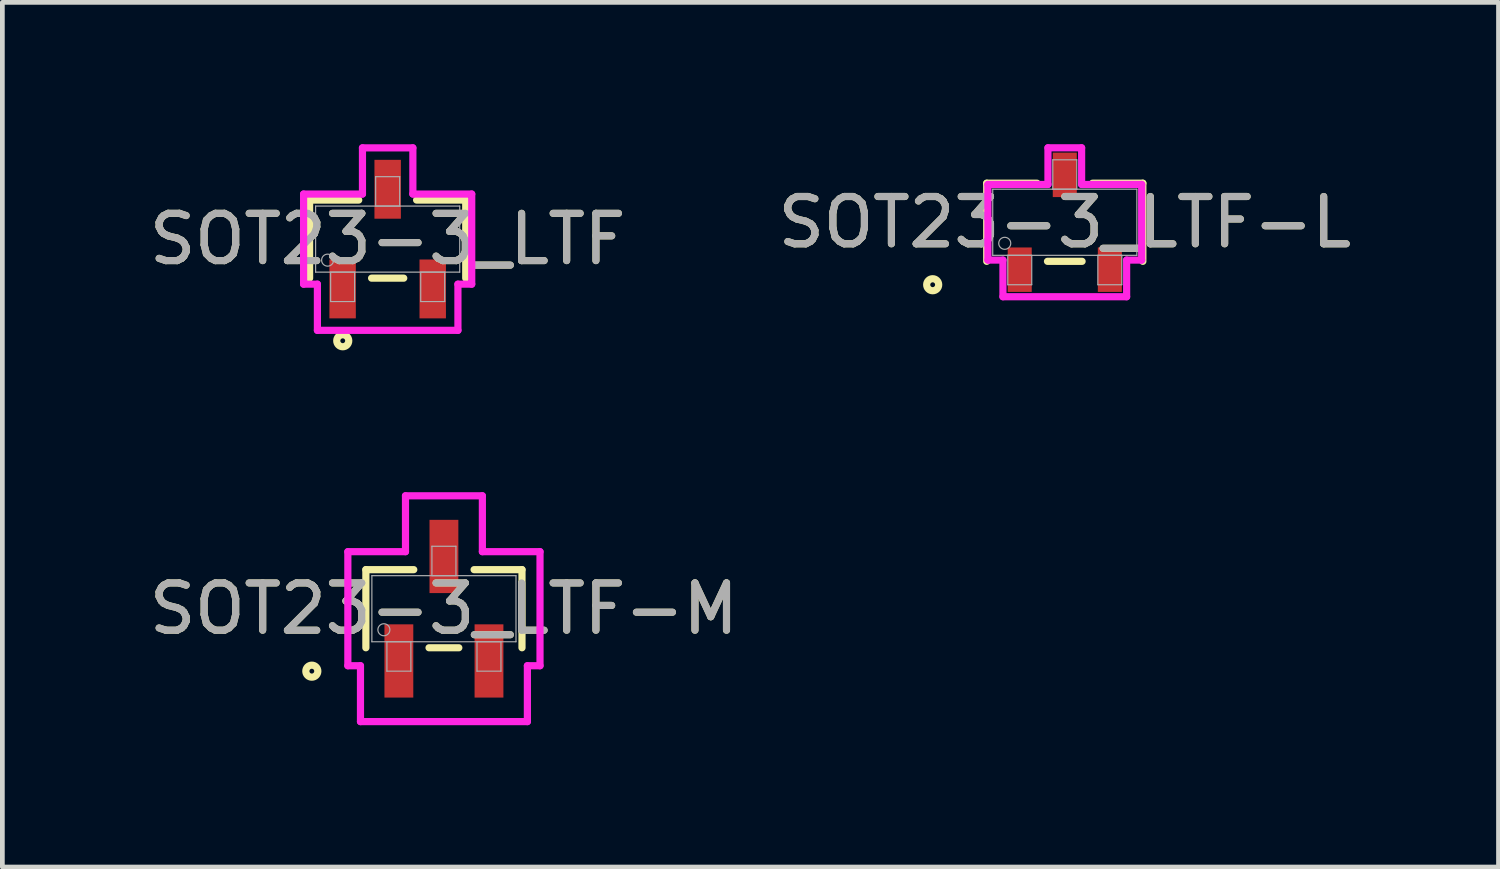
<source format=kicad_pcb>
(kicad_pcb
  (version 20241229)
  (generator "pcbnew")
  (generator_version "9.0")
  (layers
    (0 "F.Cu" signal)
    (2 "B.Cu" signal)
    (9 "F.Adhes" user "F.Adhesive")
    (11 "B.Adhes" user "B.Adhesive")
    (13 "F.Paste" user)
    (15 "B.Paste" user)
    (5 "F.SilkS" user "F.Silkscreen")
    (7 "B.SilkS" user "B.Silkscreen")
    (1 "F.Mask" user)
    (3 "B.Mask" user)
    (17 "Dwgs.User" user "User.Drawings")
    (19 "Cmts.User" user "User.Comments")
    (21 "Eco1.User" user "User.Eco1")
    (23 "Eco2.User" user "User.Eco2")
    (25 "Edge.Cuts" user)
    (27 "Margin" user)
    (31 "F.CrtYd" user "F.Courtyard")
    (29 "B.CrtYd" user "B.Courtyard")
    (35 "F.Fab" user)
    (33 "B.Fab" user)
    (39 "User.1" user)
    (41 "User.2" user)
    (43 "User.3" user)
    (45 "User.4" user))
  (footprint "SOT23-3_LTF-L"
    (layer "F.Cu")
    (at 19.47 1.651)
    (property "Reference" "SOT23-3_LTF-L" (at 0 0 0) (unlocked yes) (layer "F.SilkS") (effects (font (size 1 1) (thickness 0.15))))
    (attr smd)
    (fp_line (start -1.651 -0.826) (end -1.651 0.826) (stroke (width 0.152) (type solid)) (layer "F.SilkS"))
    (fp_line (start -0.587 -0.826) (end -1.651 -0.826) (stroke (width 0.152) (type solid)) (layer "F.SilkS"))
    (fp_line (start -0.366 0.826) (end 0.366 0.826) (stroke (width 0.152) (type solid)) (layer "F.SilkS"))
    (fp_line (start 1.651 -0.826) (end 0.587 -0.826) (stroke (width 0.152) (type solid)) (layer "F.SilkS"))
    (fp_line (start 1.651 0.826) (end 1.651 -0.826) (stroke (width 0.152) (type solid)) (layer "F.SilkS"))
    (fp_circle (center -2.794 1.321) (end -2.667 1.321) (stroke (width 0.152) (type solid)) (fill no) (layer "F.SilkS"))
    (fp_line (start -1.626 -0.8) (end -0.356 -0.8) (stroke (width 0.152) (type solid)) (layer "F.CrtYd"))
    (fp_line (start -1.626 0.8) (end -1.626 -0.8) (stroke (width 0.152) (type solid)) (layer "F.CrtYd"))
    (fp_line (start -1.626 0.8) (end -1.308 0.8) (stroke (width 0.152) (type solid)) (layer "F.CrtYd"))
    (fp_line (start -1.308 0.8) (end -1.308 1.575) (stroke (width 0.152) (type solid)) (layer "F.CrtYd"))
    (fp_line (start -1.308 1.575) (end 1.308 1.575) (stroke (width 0.152) (type solid)) (layer "F.CrtYd"))
    (fp_line (start -0.356 -1.575) (end 0.356 -1.575) (stroke (width 0.152) (type solid)) (layer "F.CrtYd"))
    (fp_line (start -0.356 -0.8) (end -0.356 -1.575) (stroke (width 0.152) (type solid)) (layer "F.CrtYd"))
    (fp_line (start 0.356 -0.8) (end 0.356 -1.575) (stroke (width 0.152) (type solid)) (layer "F.CrtYd"))
    (fp_line (start 1.308 0.8) (end 1.308 1.575) (stroke (width 0.152) (type solid)) (layer "F.CrtYd"))
    (fp_line (start 1.626 -0.8) (end 0.356 -0.8) (stroke (width 0.152) (type solid)) (layer "F.CrtYd"))
    (fp_line (start 1.626 -0.8) (end 1.626 0.8) (stroke (width 0.152) (type solid)) (layer "F.CrtYd"))
    (fp_line (start 1.626 0.8) (end 1.308 0.8) (stroke (width 0.152) (type solid)) (layer "F.CrtYd"))
    (fp_line (start -1.524 -0.699) (end -1.524 0.699) (stroke (width 0.025) (type solid)) (layer "F.Fab"))
    (fp_line (start -1.524 0.699) (end 1.524 0.699) (stroke (width 0.025) (type solid)) (layer "F.Fab"))
    (fp_line (start -1.206 0.699) (end -1.206 1.321) (stroke (width 0.025) (type solid)) (layer "F.Fab"))
    (fp_line (start -1.206 1.321) (end -0.699 1.321) (stroke (width 0.025) (type solid)) (layer "F.Fab"))
    (fp_line (start -0.699 0.699) (end -1.206 0.699) (stroke (width 0.025) (type solid)) (layer "F.Fab"))
    (fp_line (start -0.699 1.321) (end -0.699 0.699) (stroke (width 0.025) (type solid)) (layer "F.Fab"))
    (fp_line (start -0.254 -1.321) (end -0.254 -0.699) (stroke (width 0.025) (type solid)) (layer "F.Fab"))
    (fp_line (start -0.254 -0.699) (end 0.254 -0.699) (stroke (width 0.025) (type solid)) (layer "F.Fab"))
    (fp_line (start 0.254 -1.321) (end -0.254 -1.321) (stroke (width 0.025) (type solid)) (layer "F.Fab"))
    (fp_line (start 0.254 -0.699) (end 0.254 -1.321) (stroke (width 0.025) (type solid)) (layer "F.Fab"))
    (fp_line (start 0.699 0.699) (end 0.699 1.321) (stroke (width 0.025) (type solid)) (layer "F.Fab"))
    (fp_line (start 0.699 1.321) (end 1.206 1.321) (stroke (width 0.025) (type solid)) (layer "F.Fab"))
    (fp_line (start 1.206 0.699) (end 0.699 0.699) (stroke (width 0.025) (type solid)) (layer "F.Fab"))
    (fp_line (start 1.206 1.321) (end 1.206 0.699) (stroke (width 0.025) (type solid)) (layer "F.Fab"))
    (fp_line (start 1.524 -0.699) (end -1.524 -0.699) (stroke (width 0.025) (type solid)) (layer "F.Fab"))
    (fp_line (start 1.524 0.699) (end 1.524 -0.699) (stroke (width 0.025) (type solid)) (layer "F.Fab"))
    (fp_circle (center -1.27 0.445) (end -1.143 0.445) (stroke (width 0.025) (type solid)) (fill no) (layer "F.Fab"))
    (fp_text user "${REFERENCE}" (at 0 0 0) (unlocked yes) (layer "F.Fab") (effects (font (size 1 1) (thickness 0.15))))
    (pad "1" smd rect (at -0.953 1.003) (size 0.508 0.94) (layers "F.Cu" "F.Mask" "F.Paste"))
    (pad "2" smd rect (at 0.953 1.003) (size 0.508 0.94) (layers "F.Cu" "F.Mask" "F.Paste"))
    (pad "3" smd rect (at 0 -1.003) (size 0.508 0.94) (layers "F.Cu" "F.Mask" "F.Paste")))
  (footprint "SOT23-3_LTF"
    (layer "F.Cu")
    (at 5.149 2.007)
    (property "Reference" "SOT23-3_LTF" (at 0 0 0) (unlocked yes) (layer "F.SilkS") (effects (font (size 1 1) (thickness 0.15))))
    (attr smd)
    (fp_line (start -1.651 -0.826) (end -1.651 0.826) (stroke (width 0.152) (type solid)) (layer "F.SilkS"))
    (fp_line (start -0.612 -0.826) (end -1.651 -0.826) (stroke (width 0.152) (type solid)) (layer "F.SilkS"))
    (fp_line (start -0.34 0.826) (end 0.34 0.826) (stroke (width 0.152) (type solid)) (layer "F.SilkS"))
    (fp_line (start 1.651 -0.826) (end 0.612 -0.826) (stroke (width 0.152) (type solid)) (layer "F.SilkS"))
    (fp_line (start 1.651 0.826) (end 1.651 -0.826) (stroke (width 0.152) (type solid)) (layer "F.SilkS"))
    (fp_circle (center -0.95 2.15) (end -0.823 2.15) (stroke (width 0.152) (type solid)) (fill no) (layer "F.SilkS"))
    (fp_line (start -1.778 -0.953) (end -0.533 -0.953) (stroke (width 0.152) (type solid)) (layer "F.CrtYd"))
    (fp_line (start -1.778 0.953) (end -1.778 -0.953) (stroke (width 0.152) (type solid)) (layer "F.CrtYd"))
    (fp_line (start -1.778 0.953) (end -1.486 0.953) (stroke (width 0.152) (type solid)) (layer "F.CrtYd"))
    (fp_line (start -1.486 0.953) (end -1.486 1.93) (stroke (width 0.152) (type solid)) (layer "F.CrtYd"))
    (fp_line (start -1.486 1.93) (end 1.486 1.93) (stroke (width 0.152) (type solid)) (layer "F.CrtYd"))
    (fp_line (start -0.533 -1.93) (end 0.533 -1.93) (stroke (width 0.152) (type solid)) (layer "F.CrtYd"))
    (fp_line (start -0.533 -0.953) (end -0.533 -1.93) (stroke (width 0.152) (type solid)) (layer "F.CrtYd"))
    (fp_line (start 0.533 -0.953) (end 0.533 -1.93) (stroke (width 0.152) (type solid)) (layer "F.CrtYd"))
    (fp_line (start 1.486 0.953) (end 1.486 1.93) (stroke (width 0.152) (type solid)) (layer "F.CrtYd"))
    (fp_line (start 1.778 -0.953) (end 0.533 -0.953) (stroke (width 0.152) (type solid)) (layer "F.CrtYd"))
    (fp_line (start 1.778 -0.953) (end 1.778 0.953) (stroke (width 0.152) (type solid)) (layer "F.CrtYd"))
    (fp_line (start 1.778 0.953) (end 1.486 0.953) (stroke (width 0.152) (type solid)) (layer "F.CrtYd"))
    (fp_line (start -1.524 -0.699) (end -1.524 0.699) (stroke (width 0.025) (type solid)) (layer "F.Fab"))
    (fp_line (start -1.524 0.699) (end 1.524 0.699) (stroke (width 0.025) (type solid)) (layer "F.Fab"))
    (fp_line (start -1.206 0.699) (end -1.206 1.321) (stroke (width 0.025) (type solid)) (layer "F.Fab"))
    (fp_line (start -1.206 1.321) (end -0.699 1.321) (stroke (width 0.025) (type solid)) (layer "F.Fab"))
    (fp_line (start -0.699 0.699) (end -1.206 0.699) (stroke (width 0.025) (type solid)) (layer "F.Fab"))
    (fp_line (start -0.699 1.321) (end -0.699 0.699) (stroke (width 0.025) (type solid)) (layer "F.Fab"))
    (fp_line (start -0.254 -1.321) (end -0.254 -0.699) (stroke (width 0.025) (type solid)) (layer "F.Fab"))
    (fp_line (start -0.254 -0.699) (end 0.254 -0.699) (stroke (width 0.025) (type solid)) (layer "F.Fab"))
    (fp_line (start 0.254 -1.321) (end -0.254 -1.321) (stroke (width 0.025) (type solid)) (layer "F.Fab"))
    (fp_line (start 0.254 -0.699) (end 0.254 -1.321) (stroke (width 0.025) (type solid)) (layer "F.Fab"))
    (fp_line (start 0.699 0.699) (end 0.699 1.321) (stroke (width 0.025) (type solid)) (layer "F.Fab"))
    (fp_line (start 0.699 1.321) (end 1.206 1.321) (stroke (width 0.025) (type solid)) (layer "F.Fab"))
    (fp_line (start 1.206 0.699) (end 0.699 0.699) (stroke (width 0.025) (type solid)) (layer "F.Fab"))
    (fp_line (start 1.206 1.321) (end 1.206 0.699) (stroke (width 0.025) (type solid)) (layer "F.Fab"))
    (fp_line (start 1.524 -0.699) (end -1.524 -0.699) (stroke (width 0.025) (type solid)) (layer "F.Fab"))
    (fp_line (start 1.524 0.699) (end 1.524 -0.699) (stroke (width 0.025) (type solid)) (layer "F.Fab"))
    (fp_circle (center -1.27 0.445) (end -1.143 0.445) (stroke (width 0.025) (type solid)) (fill no) (layer "F.Fab"))
    (fp_text user "${REFERENCE}" (at 0 0 0) (unlocked yes) (layer "F.Fab") (effects (font (size 1 1) (thickness 0.15))))
    (pad "1" smd rect (at -0.953 1.054) (size 0.559 1.245) (layers "F.Cu" "F.Mask" "F.Paste"))
    (pad "2" smd rect (at 0.953 1.054) (size 0.559 1.245) (layers "F.Cu" "F.Mask" "F.Paste"))
    (pad "3" smd rect (at 0 -1.054) (size 0.559 1.245) (layers "F.Cu" "F.Mask" "F.Paste")))
  (footprint "SOT23-3_LTF-M"
    (layer "F.Cu")
    (at 6.339 9.824)
    (property "Reference" "SOT23-3_LTF-M" (at 0 0 0) (unlocked yes) (layer "F.SilkS") (effects (font (size 1 1) (thickness 0.15))))
    (attr smd)
    (fp_line (start -1.651 -0.826) (end -1.651 0.826) (stroke (width 0.152) (type solid)) (layer "F.SilkS"))
    (fp_line (start -0.638 -0.826) (end -1.651 -0.826) (stroke (width 0.152) (type solid)) (layer "F.SilkS"))
    (fp_line (start -0.315 0.826) (end 0.315 0.826) (stroke (width 0.152) (type solid)) (layer "F.SilkS"))
    (fp_line (start 1.651 -0.826) (end 0.638 -0.826) (stroke (width 0.152) (type solid)) (layer "F.SilkS"))
    (fp_line (start 1.651 0.826) (end 1.651 -0.826) (stroke (width 0.152) (type solid)) (layer "F.SilkS"))
    (fp_circle (center -2.794 1.321) (end -2.667 1.321) (stroke (width 0.152) (type solid)) (fill no) (layer "F.SilkS"))
    (fp_line (start -2.032 -1.206) (end -0.813 -1.206) (stroke (width 0.152) (type solid)) (layer "F.CrtYd"))
    (fp_line (start -2.032 1.206) (end -2.032 -1.206) (stroke (width 0.152) (type solid)) (layer "F.CrtYd"))
    (fp_line (start -2.032 1.206) (end -1.765 1.206) (stroke (width 0.152) (type solid)) (layer "F.CrtYd"))
    (fp_line (start -1.765 1.206) (end -1.765 2.388) (stroke (width 0.152) (type solid)) (layer "F.CrtYd"))
    (fp_line (start -1.765 2.388) (end 1.765 2.388) (stroke (width 0.152) (type solid)) (layer "F.CrtYd"))
    (fp_line (start -0.813 -2.388) (end 0.813 -2.388) (stroke (width 0.152) (type solid)) (layer "F.CrtYd"))
    (fp_line (start -0.813 -1.206) (end -0.813 -2.388) (stroke (width 0.152) (type solid)) (layer "F.CrtYd"))
    (fp_line (start 0.813 -1.206) (end 0.813 -2.388) (stroke (width 0.152) (type solid)) (layer "F.CrtYd"))
    (fp_line (start 1.765 1.206) (end 1.765 2.388) (stroke (width 0.152) (type solid)) (layer "F.CrtYd"))
    (fp_line (start 2.032 -1.206) (end 0.813 -1.206) (stroke (width 0.152) (type solid)) (layer "F.CrtYd"))
    (fp_line (start 2.032 -1.206) (end 2.032 1.206) (stroke (width 0.152) (type solid)) (layer "F.CrtYd"))
    (fp_line (start 2.032 1.206) (end 1.765 1.206) (stroke (width 0.152) (type solid)) (layer "F.CrtYd"))
    (fp_line (start -1.524 -0.699) (end -1.524 0.699) (stroke (width 0.025) (type solid)) (layer "F.Fab"))
    (fp_line (start -1.524 0.699) (end 1.524 0.699) (stroke (width 0.025) (type solid)) (layer "F.Fab"))
    (fp_line (start -1.206 0.699) (end -1.206 1.321) (stroke (width 0.025) (type solid)) (layer "F.Fab"))
    (fp_line (start -1.206 1.321) (end -0.699 1.321) (stroke (width 0.025) (type solid)) (layer "F.Fab"))
    (fp_line (start -0.699 0.699) (end -1.206 0.699) (stroke (width 0.025) (type solid)) (layer "F.Fab"))
    (fp_line (start -0.699 1.321) (end -0.699 0.699) (stroke (width 0.025) (type solid)) (layer "F.Fab"))
    (fp_line (start -0.254 -1.321) (end -0.254 -0.699) (stroke (width 0.025) (type solid)) (layer "F.Fab"))
    (fp_line (start -0.254 -0.699) (end 0.254 -0.699) (stroke (width 0.025) (type solid)) (layer "F.Fab"))
    (fp_line (start 0.254 -1.321) (end -0.254 -1.321) (stroke (width 0.025) (type solid)) (layer "F.Fab"))
    (fp_line (start 0.254 -0.699) (end 0.254 -1.321) (stroke (width 0.025) (type solid)) (layer "F.Fab"))
    (fp_line (start 0.699 0.699) (end 0.699 1.321) (stroke (width 0.025) (type solid)) (layer "F.Fab"))
    (fp_line (start 0.699 1.321) (end 1.206 1.321) (stroke (width 0.025) (type solid)) (layer "F.Fab"))
    (fp_line (start 1.206 0.699) (end 0.699 0.699) (stroke (width 0.025) (type solid)) (layer "F.Fab"))
    (fp_line (start 1.206 1.321) (end 1.206 0.699) (stroke (width 0.025) (type solid)) (layer "F.Fab"))
    (fp_line (start 1.524 -0.699) (end -1.524 -0.699) (stroke (width 0.025) (type solid)) (layer "F.Fab"))
    (fp_line (start 1.524 0.699) (end 1.524 -0.699) (stroke (width 0.025) (type solid)) (layer "F.Fab"))
    (fp_circle (center -1.27 0.445) (end -1.143 0.445) (stroke (width 0.025) (type solid)) (fill no) (layer "F.Fab"))
    (fp_text user "${REFERENCE}" (at 0 0 0) (unlocked yes) (layer "F.Fab") (effects (font (size 1 1) (thickness 0.15))))
    (pad "1" smd rect (at -0.953 1.105) (size 0.61 1.549) (layers "F.Cu" "F.Mask" "F.Paste"))
    (pad "2" smd rect (at 0.953 1.105) (size 0.61 1.549) (layers "F.Cu" "F.Mask" "F.Paste"))
    (pad "3" smd rect (at 0 -1.105) (size 0.61 1.549) (layers "F.Cu" "F.Mask" "F.Paste")))
  (gr_rect
    (start -3 -3)
    (end 28.643 15.287)
    (stroke (width 0.1) (type default))
    (fill no)
    (layer "Edge.Cuts")))
</source>
